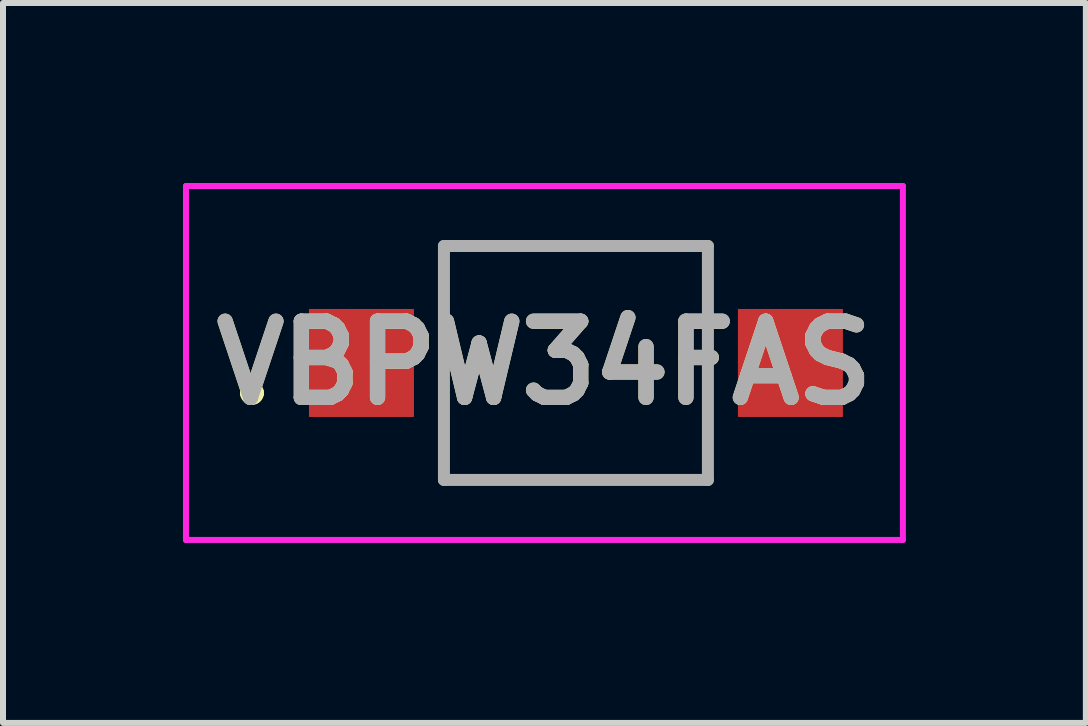
<source format=kicad_pcb>
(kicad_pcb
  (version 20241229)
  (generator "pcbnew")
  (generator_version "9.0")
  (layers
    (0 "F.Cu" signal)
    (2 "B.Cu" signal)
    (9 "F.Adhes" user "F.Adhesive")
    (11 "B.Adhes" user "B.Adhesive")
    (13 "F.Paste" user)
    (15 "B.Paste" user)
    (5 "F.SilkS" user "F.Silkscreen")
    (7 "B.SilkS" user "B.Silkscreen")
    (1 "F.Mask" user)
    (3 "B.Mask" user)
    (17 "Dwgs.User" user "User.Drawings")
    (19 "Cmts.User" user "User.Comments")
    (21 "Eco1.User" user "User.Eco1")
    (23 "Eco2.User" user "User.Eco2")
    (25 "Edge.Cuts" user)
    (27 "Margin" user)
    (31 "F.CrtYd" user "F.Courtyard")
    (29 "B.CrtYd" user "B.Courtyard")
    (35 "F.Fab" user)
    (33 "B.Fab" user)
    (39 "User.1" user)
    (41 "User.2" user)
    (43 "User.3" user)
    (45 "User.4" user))
  (footprint "VBPW34FAS"
    (layer "F.Cu")
    (at 6.55 3)
    (property "Reference" "VBPW34FAS" (at -0.525 0 0) (layer "F.SilkS") (effects (font (size 1.27 1.27) (thickness 0.254))))
    (attr smd)
    (fp_line (start -5.5 0.5) (end -5.5 0.5) (stroke (width 0.2) (type solid)) (layer "F.SilkS"))
    (fp_line (start -5.3 0.5) (end -5.3 0.5) (stroke (width 0.2) (type solid)) (layer "F.SilkS"))
    (fp_line (start -2.2 -1.95) (end 2.2 -1.95) (stroke (width 0.1) (type solid)) (layer "F.SilkS"))
    (fp_line (start -2.2 1.95) (end -2.2 -1.95) (stroke (width 0.1) (type solid)) (layer "F.SilkS"))
    (fp_line (start 2.2 -1.95) (end 2.2 1.95) (stroke (width 0.1) (type solid)) (layer "F.SilkS"))
    (fp_line (start 2.2 1.95) (end -2.2 1.95) (stroke (width 0.1) (type solid)) (layer "F.SilkS"))
    (fp_arc (start -5.5 0.5) (mid -5.4 0.4) (end -5.3 0.5) (stroke (width 0.2) (type solid)) (layer "F.SilkS"))
    (fp_arc (start -5.3 0.5) (mid -5.4 0.6) (end -5.5 0.5) (stroke (width 0.2) (type solid)) (layer "F.SilkS"))
    (fp_line (start -6.5 -2.95) (end 5.45 -2.95) (stroke (width 0.1) (type solid)) (layer "F.CrtYd"))
    (fp_line (start -6.5 2.95) (end -6.5 -2.95) (stroke (width 0.1) (type solid)) (layer "F.CrtYd"))
    (fp_line (start 5.45 -2.95) (end 5.45 2.95) (stroke (width 0.1) (type solid)) (layer "F.CrtYd"))
    (fp_line (start 5.45 2.95) (end -6.5 2.95) (stroke (width 0.1) (type solid)) (layer "F.CrtYd"))
    (fp_line (start -2.2 -1.95) (end 2.2 -1.95) (stroke (width 0.2) (type solid)) (layer "F.Fab"))
    (fp_line (start -2.2 1.95) (end -2.2 -1.95) (stroke (width 0.2) (type solid)) (layer "F.Fab"))
    (fp_line (start 2.2 -1.95) (end 2.2 1.95) (stroke (width 0.2) (type solid)) (layer "F.Fab"))
    (fp_line (start 2.2 1.95) (end -2.2 1.95) (stroke (width 0.2) (type solid)) (layer "F.Fab"))
    (fp_text user "${REFERENCE}" (at -0.525 0 0) (layer "F.Fab") (effects (font (size 1.27 1.27) (thickness 0.254))))
    (pad "1" smd rect (at -3.575 0) (size 1.75 1.8) (layers "F.Cu" "F.Mask" "F.Paste"))
    (pad "2" smd rect (at 3.575 0) (size 1.75 1.8) (layers "F.Cu" "F.Mask" "F.Paste")))
  (gr_rect
    (start -3 -3)
    (end 15.05 9)
    (stroke (width 0.1) (type default))
    (fill no)
    (layer "Edge.Cuts")))
</source>
